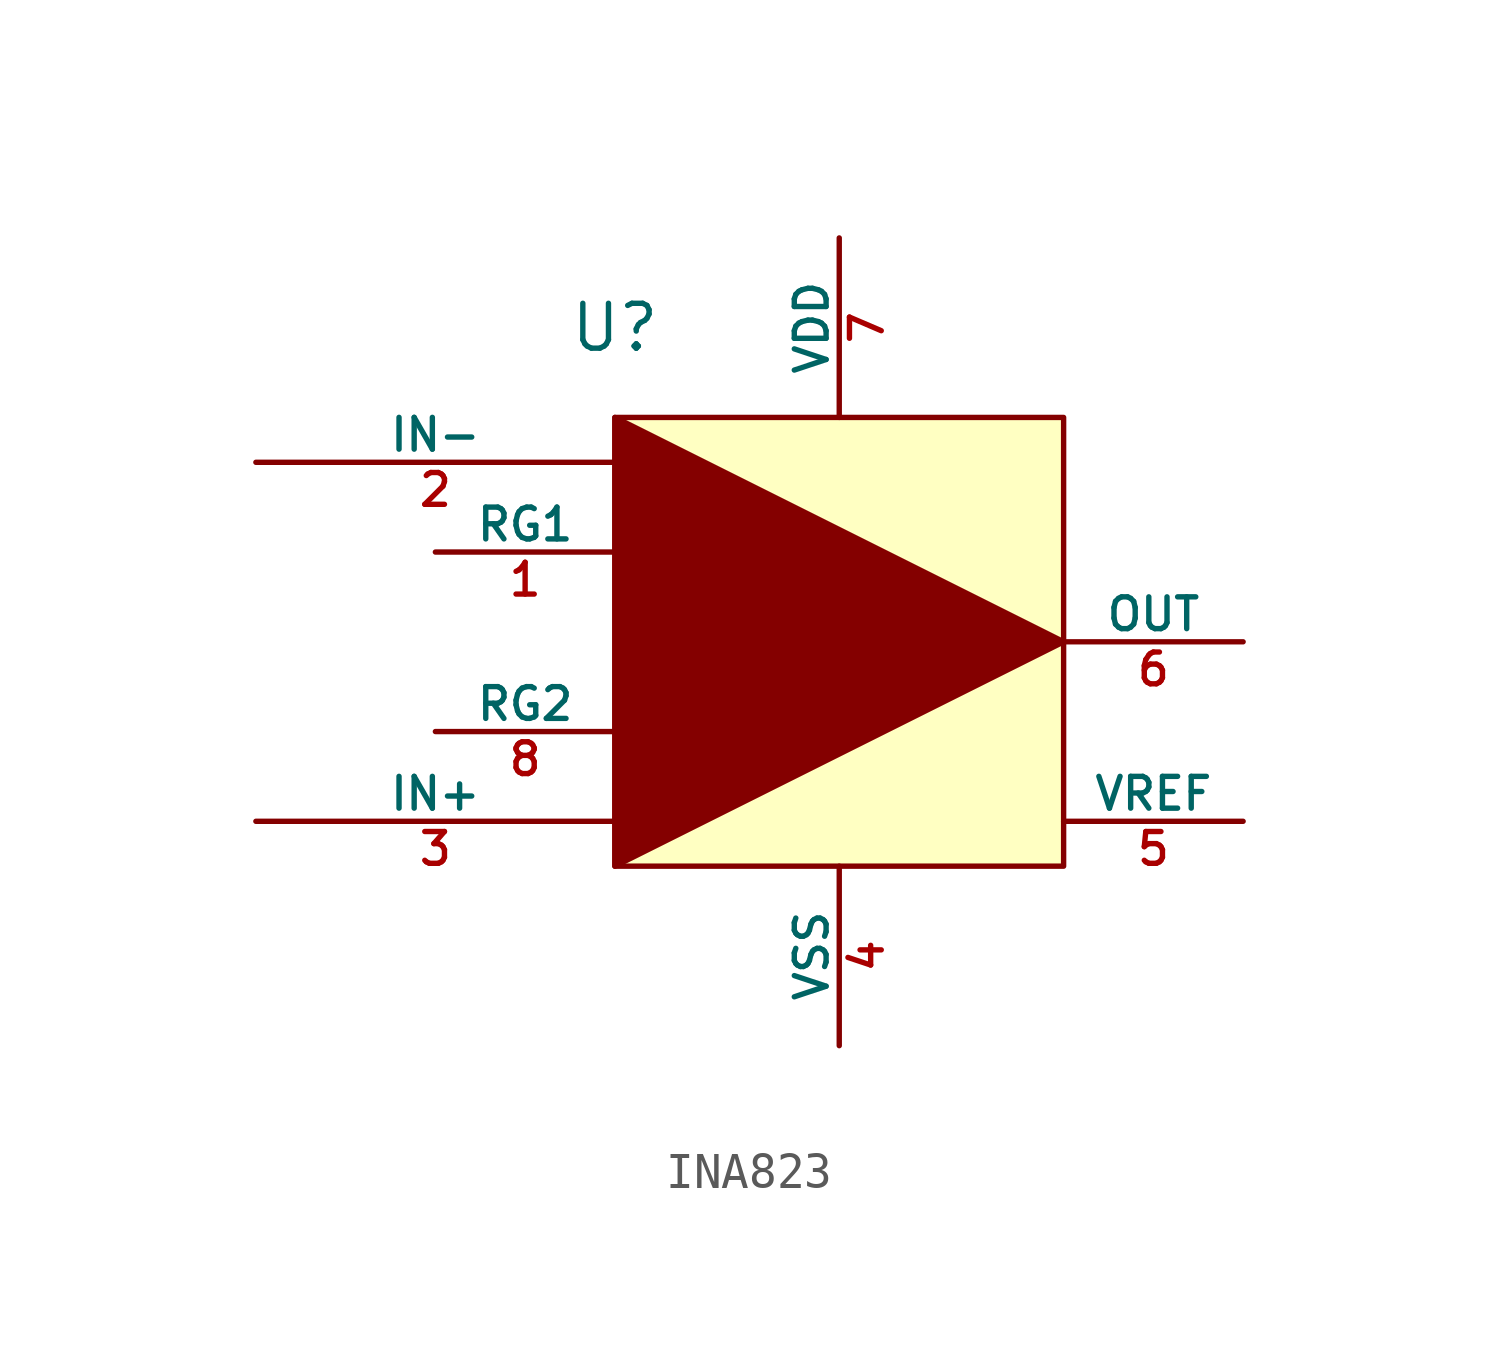
<source format=kicad_sym>
(kicad_symbol_lib
  (version 20220914)
  (generator kicad_symbol_editor)
  (symbol "INA823"
    (pin_names
      (offset 0))
    (property "Reference" "U"
      (at 0 15.24 0)
      (effects (font (size 1.27 1.27))))
    (property "Value" ""
      (at 0 0 0)
      (effects (font (size 1.27 1.27))))
    (symbol "INA823_0_1"
      (polyline (pts (xy 0 12.7) (xy 0 0) (xy 12.7 6.35) (xy 0 12.7)) (stroke (width 0) (type default)) (fill (type outline)))
      (rectangle (start 0 12.7) (end 12.7 0) (stroke (width 0) (type default)) (fill (type background))))
    (symbol "INA823_1_1"
      (pin input line (at -5.08 8.89 0) (length 5.08) (name "RG1" (effects (font (size 0.9 0.9)))) (number "1" (effects (font (size 0.9 0.9)))))
      (pin input line (at -10.16 11.43 0) (length 10.16) (name "IN-" (effects (font (size 0.9 0.9)))) (number "2" (effects (font (size 0.9 0.9)))))
      (pin input line (at -10.16 1.27 0) (length 10.16) (name "IN+" (effects (font (size 0.9 0.9)))) (number "3" (effects (font (size 0.9 0.9)))))
      (pin power_in line (at 6.35 -5.08 90) (length 5.08) (name "VSS" (effects (font (size 0.9 0.9)))) (number "4" (effects (font (size 0.9 0.9)))))
      (pin input line (at 17.78 1.27 180) (length 5.08) (name "VREF" (effects (font (size 0.9 0.9)))) (number "5" (effects (font (size 0.9 0.9)))))
      (pin output line (at 17.78 6.35 180) (length 5.08) (name "OUT" (effects (font (size 0.9 0.9)))) (number "6" (effects (font (size 0.9 0.9)))))
      (pin power_in line (at 6.35 17.78 270) (length 5.08) (name "VDD" (effects (font (size 0.9 0.9)))) (number "7" (effects (font (size 0.9 0.9)))))
      (pin input line (at -5.08 3.81 0) (length 5.08) (name "RG2" (effects (font (size 0.9 0.9)))) (number "8" (effects (font (size 0.9 0.9))))))))
</source>
